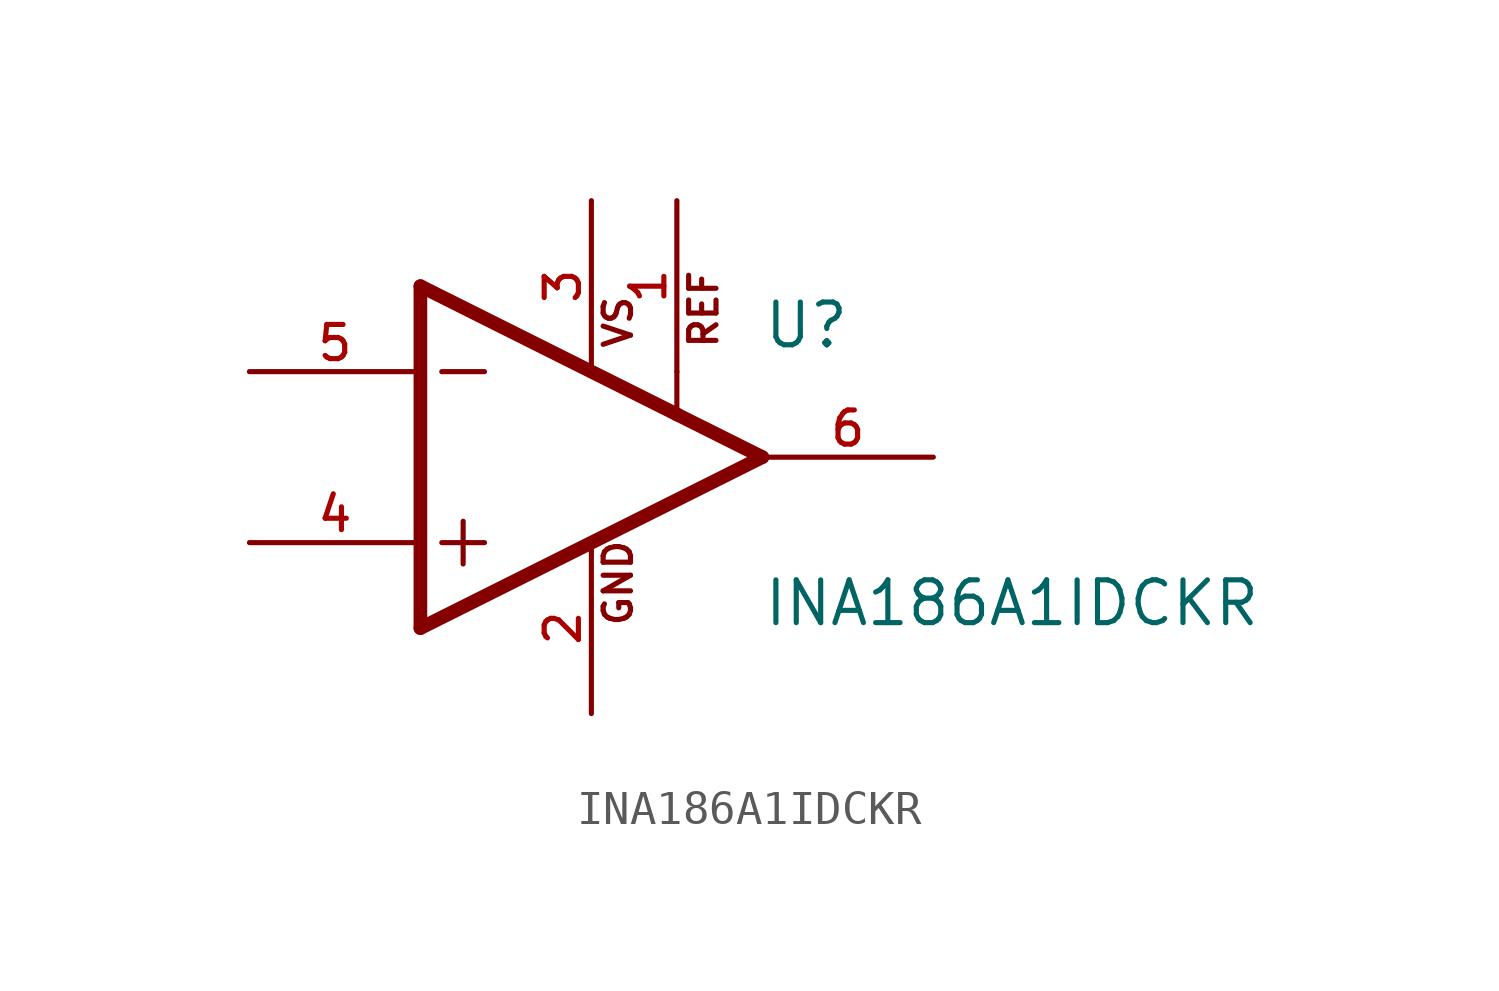
<source format=kicad_sym>
(kicad_symbol_lib
  (version 20211014)
  (generator kicad_symbol_editor)
  (symbol "INA186A1IDCKR"
    (pin_names
      (offset 1.016))
    (property "Reference" "U"
      (at 7.62 3.175 0)
      (effects (font (size 1.27 1.27)) (justify bottom left)))
    (property "Value" "INA186A1IDCKR"
      (at 7.62 -5.08 0)
      (effects (font (size 1.27 1.27)) (justify bottom left)))
    (symbol "INA186A1IDCKR_0_0"
      (polyline (pts (xy -2.54 5.08) (xy -2.54 -5.08)) (stroke (width 0.406)))
      (polyline (pts (xy -2.54 -5.08) (xy 7.62 0.0)) (stroke (width 0.406)))
      (polyline (pts (xy 7.62 0.0) (xy 5.08 1.27)) (stroke (width 0.406)))
      (polyline (pts (xy 5.08 1.27) (xy -2.54 5.08)) (stroke (width 0.406)))
      (polyline (pts (xy -1.27 -1.905) (xy -1.27 -3.175)) (stroke (width 0.152)))
      (polyline (pts (xy -1.905 2.54) (xy -0.635 2.54)) (stroke (width 0.152)))
      (polyline (pts (xy -1.905 -2.54) (xy -0.635 -2.54)) (stroke (width 0.152)))
      (text "VS" (at 3.81 3.175 900) (effects (font (size 0.813 0.813)) (justify bottom left)))
      (text "GND" (at 3.81 -5.08 900) (effects (font (size 0.813 0.813)) (justify bottom left)))
      (polyline (pts (xy 5.08 1.27) (xy 5.08 2.54)) (stroke (width 0.152)))
      (text "REF" (at 6.35 3.175 900) (effects (font (size 0.813 0.813)) (justify bottom left)))
      (pin input line (at 5.08 7.62 270.0) (length 5.08) (name "~" (effects (font (size 1.016 1.016)))) (number "1" (effects (font (size 1.016 1.016)))))
      (pin power_in line (at 2.54 -7.62 90.0) (length 5.08) (name "~" (effects (font (size 1.016 1.016)))) (number "2" (effects (font (size 1.016 1.016)))))
      (pin power_in line (at 2.54 7.62 270.0) (length 5.08) (name "~" (effects (font (size 1.016 1.016)))) (number "3" (effects (font (size 1.016 1.016)))))
      (pin output line (at 12.7 0.0 180.0) (length 5.08) (name "~" (effects (font (size 1.016 1.016)))) (number "6" (effects (font (size 1.016 1.016)))))
      (pin input line (at -7.62 2.54 0) (length 5.08) (name "~" (effects (font (size 1.016 1.016)))) (number "5" (effects (font (size 1.016 1.016)))))
      (pin input line (at -7.62 -2.54 0) (length 5.08) (name "~" (effects (font (size 1.016 1.016)))) (number "4" (effects (font (size 1.016 1.016))))))))
</source>
